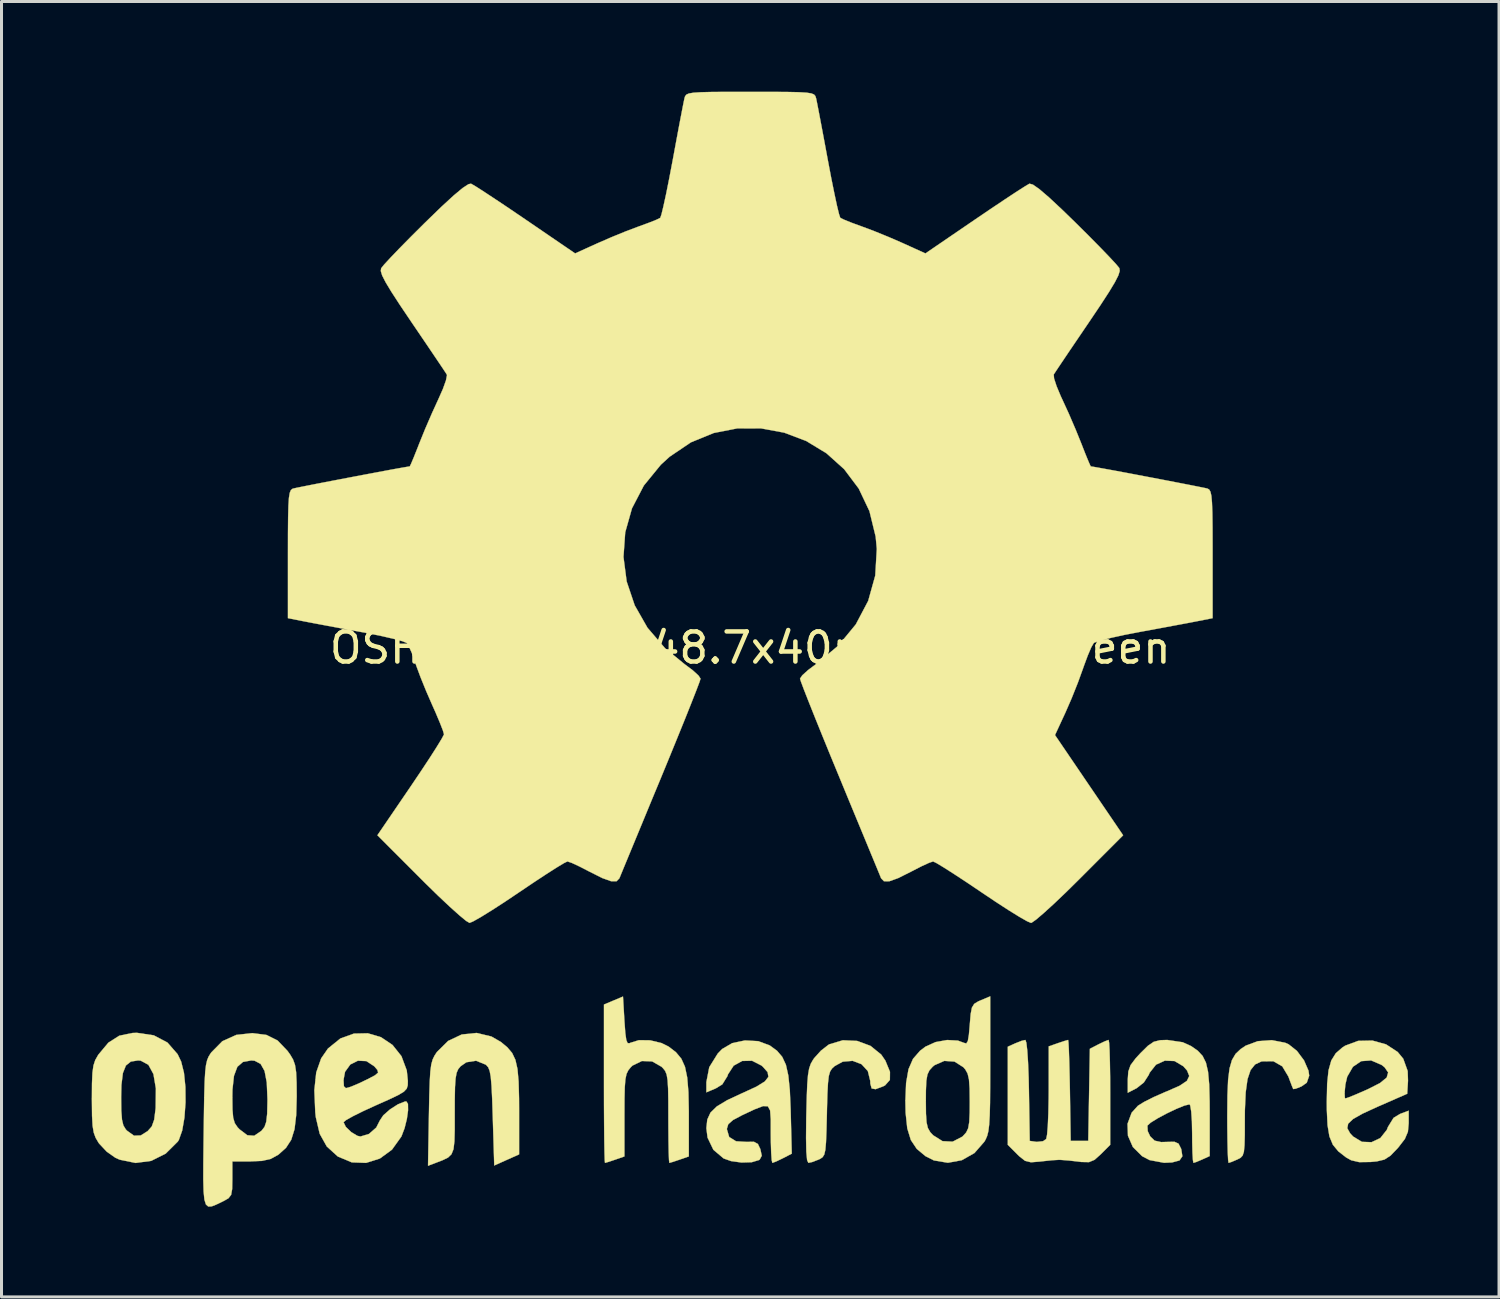
<source format=kicad_pcb>
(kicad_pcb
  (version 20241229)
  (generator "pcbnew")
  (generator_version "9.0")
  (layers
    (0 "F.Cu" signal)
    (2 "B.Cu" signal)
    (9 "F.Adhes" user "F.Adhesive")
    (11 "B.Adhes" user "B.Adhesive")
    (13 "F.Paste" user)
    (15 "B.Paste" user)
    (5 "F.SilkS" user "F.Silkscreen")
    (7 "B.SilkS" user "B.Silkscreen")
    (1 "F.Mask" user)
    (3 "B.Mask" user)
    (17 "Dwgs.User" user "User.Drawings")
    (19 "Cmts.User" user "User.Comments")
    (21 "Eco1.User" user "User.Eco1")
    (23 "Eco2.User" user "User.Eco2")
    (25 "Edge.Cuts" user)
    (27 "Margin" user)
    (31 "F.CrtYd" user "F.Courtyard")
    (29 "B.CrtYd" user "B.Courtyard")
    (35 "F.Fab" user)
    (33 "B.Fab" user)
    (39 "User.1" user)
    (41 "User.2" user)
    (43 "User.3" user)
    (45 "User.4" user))
  (footprint "OSHW-Logo2_48.7x40mm_SilkScreen"
    (layer "F.Cu")
    (at 21.902 18.495)
    (property "Reference" "OSHW-Logo2_48.7x40mm_SilkScreen" (at 0 0 0) (layer "F.SilkS") (effects (font (size 1 1) (thickness 0.15))))
    (attr board_only exclude_from_pos_files exclude_from_bom allow_missing_courtyard)
    (fp_poly (pts (xy 17.786 13.133) (xy 17.902 13.184) (xy 18.18 13.404) (xy 18.417 13.722) (xy 18.564 14.061) (xy 18.588 14.229) (xy 18.508 14.462) (xy 18.332 14.586) (xy 18.143 14.661) (xy 18.057 14.674) (xy 18.015 14.574) (xy 17.932 14.357) (xy 17.896 14.258) (xy 17.692 13.918) (xy 17.396 13.748) (xy 17.017 13.753) (xy 16.989 13.76) (xy 16.787 13.856) (xy 16.638 14.043) (xy 16.537 14.344) (xy 16.476 14.782) (xy 16.449 15.38) (xy 16.447 15.698) (xy 16.446 16.2) (xy 16.437 16.542) (xy 16.416 16.759) (xy 16.374 16.886) (xy 16.306 16.959) (xy 16.205 17.012) (xy 16.199 17.015) (xy 16.004 17.098) (xy 15.907 17.128) (xy 15.892 17.036) (xy 15.879 16.782) (xy 15.87 16.398) (xy 15.864 15.918) (xy 15.863 15.566) (xy 15.869 14.885) (xy 15.891 14.369) (xy 15.939 13.987) (xy 16.019 13.709) (xy 16.139 13.504) (xy 16.309 13.343) (xy 16.476 13.231) (xy 16.878 13.082) (xy 17.345 13.048) (xy 17.786 13.133)) (stroke (width 0.01) (type solid)) (fill yes) (layer "F.SilkS"))
    (fp_poly (pts (xy -8.609 12.926) (xy -8.296 13.106) (xy -8.079 13.286) (xy -7.92 13.474) (xy -7.811 13.703) (xy -7.742 14.008) (xy -7.705 14.422) (xy -7.69 14.977) (xy -7.688 15.376) (xy -7.688 16.846) (xy -8.102 17.031) (xy -8.515 17.216) (xy -8.564 15.607) (xy -8.584 15.006) (xy -8.605 14.57) (xy -8.631 14.268) (xy -8.667 14.072) (xy -8.715 13.951) (xy -8.781 13.876) (xy -8.802 13.86) (xy -9.12 13.732) (xy -9.443 13.783) (xy -9.634 13.916) (xy -9.713 14.011) (xy -9.767 14.136) (xy -9.801 14.324) (xy -9.82 14.611) (xy -9.828 15.032) (xy -9.829 15.47) (xy -9.829 16.02) (xy -9.839 16.409) (xy -9.87 16.672) (xy -9.937 16.841) (xy -10.051 16.952) (xy -10.227 17.038) (xy -10.461 17.128) (xy -10.717 17.225) (xy -10.687 15.498) (xy -10.675 14.875) (xy -10.66 14.415) (xy -10.64 14.085) (xy -10.609 13.854) (xy -10.563 13.689) (xy -10.499 13.558) (xy -10.422 13.442) (xy -10.049 13.073) (xy -9.595 12.859) (xy -9.101 12.808) (xy -8.609 12.926)) (stroke (width 0.01) (type solid)) (fill yes) (layer "F.SilkS"))
    (fp_poly (pts (xy 3.553 13.073) (xy 3.995 13.236) (xy 4.353 13.525) (xy 4.493 13.728) (xy 4.646 14.101) (xy 4.643 14.37) (xy 4.483 14.551) (xy 4.423 14.582) (xy 4.167 14.678) (xy 4.037 14.654) (xy 3.992 14.492) (xy 3.99 14.403) (xy 3.909 14.075) (xy 3.698 13.846) (xy 3.404 13.735) (xy 3.076 13.763) (xy 2.809 13.908) (xy 2.719 13.99) (xy 2.655 14.09) (xy 2.611 14.242) (xy 2.584 14.478) (xy 2.565 14.833) (xy 2.551 15.34) (xy 2.548 15.501) (xy 2.534 16.05) (xy 2.519 16.437) (xy 2.497 16.693) (xy 2.461 16.85) (xy 2.406 16.939) (xy 2.326 16.994) (xy 2.275 17.018) (xy 2.059 17.101) (xy 1.932 17.128) (xy 1.89 17.037) (xy 1.864 16.762) (xy 1.855 16.3) (xy 1.861 15.647) (xy 1.863 15.547) (xy 1.878 14.951) (xy 1.895 14.516) (xy 1.92 14.208) (xy 1.957 13.993) (xy 2.01 13.836) (xy 2.085 13.704) (xy 2.124 13.647) (xy 2.349 13.397) (xy 2.6 13.202) (xy 2.63 13.185) (xy 3.08 13.051) (xy 3.553 13.073)) (stroke (width 0.01) (type solid)) (fill yes) (layer "F.SilkS"))
    (fp_poly (pts (xy 11.934 13.133) (xy 11.949 13.389) (xy 11.96 13.778) (xy 11.968 14.269) (xy 11.97 14.785) (xy 11.97 16.529) (xy 11.662 16.837) (xy 11.45 17.027) (xy 11.264 17.104) (xy 11.009 17.099) (xy 10.908 17.086) (xy 10.592 17.05) (xy 10.331 17.03) (xy 10.267 17.028) (xy 10.052 17.04) (xy 9.745 17.072) (xy 9.626 17.086) (xy 9.334 17.109) (xy 9.137 17.06) (xy 8.942 16.906) (xy 8.872 16.837) (xy 8.564 16.529) (xy 8.564 13.266) (xy 8.812 13.154) (xy 9.025 13.07) (xy 9.15 13.041) (xy 9.182 13.133) (xy 9.212 13.392) (xy 9.238 13.788) (xy 9.258 14.293) (xy 9.267 14.719) (xy 9.294 16.398) (xy 9.526 16.431) (xy 9.737 16.408) (xy 9.841 16.334) (xy 9.87 16.195) (xy 9.895 15.898) (xy 9.913 15.483) (xy 9.923 14.985) (xy 9.925 14.729) (xy 9.926 13.254) (xy 10.233 13.147) (xy 10.45 13.075) (xy 10.568 13.041) (xy 10.571 13.041) (xy 10.583 13.133) (xy 10.596 13.388) (xy 10.609 13.775) (xy 10.621 14.263) (xy 10.63 14.719) (xy 10.656 16.398) (xy 11.24 16.398) (xy 11.267 14.867) (xy 11.294 13.335) (xy 11.578 13.188) (xy 11.789 13.087) (xy 11.913 13.041) (xy 11.917 13.041) (xy 11.934 13.133)) (stroke (width 0.01) (type solid)) (fill yes) (layer "F.SilkS"))
    (fp_poly (pts (xy -4.185 12.413) (xy -4.156 12.811) (xy -4.123 13.045) (xy -4.078 13.147) (xy -4.012 13.149) (xy -3.99 13.136) (xy -3.704 13.048) (xy -3.331 13.053) (xy -2.952 13.144) (xy -2.715 13.262) (xy -2.472 13.449) (xy -2.294 13.662) (xy -2.172 13.932) (xy -2.097 14.292) (xy -2.057 14.775) (xy -2.044 15.414) (xy -2.044 15.537) (xy -2.044 16.914) (xy -2.35 17.021) (xy -2.568 17.094) (xy -2.687 17.128) (xy -2.691 17.128) (xy -2.703 17.036) (xy -2.713 16.783) (xy -2.72 16.402) (xy -2.724 15.926) (xy -2.725 15.637) (xy -2.726 15.066) (xy -2.733 14.657) (xy -2.75 14.377) (xy -2.781 14.192) (xy -2.831 14.07) (xy -2.905 13.978) (xy -2.95 13.933) (xy -3.264 13.754) (xy -3.605 13.741) (xy -3.916 13.892) (xy -3.973 13.947) (xy -4.057 14.05) (xy -4.116 14.172) (xy -4.153 14.348) (xy -4.174 14.614) (xy -4.183 15.005) (xy -4.185 15.543) (xy -4.185 16.914) (xy -4.491 17.021) (xy -4.709 17.094) (xy -4.828 17.128) (xy -4.832 17.128) (xy -4.841 17.035) (xy -4.849 16.772) (xy -4.856 16.365) (xy -4.861 15.838) (xy -4.865 15.217) (xy -4.866 14.526) (xy -4.866 14.496) (xy -4.866 11.863) (xy -4.55 11.73) (xy -4.233 11.597) (xy -4.185 12.413)) (stroke (width 0.01) (type solid)) (fill yes) (layer "F.SilkS"))
    (fp_poly (pts (xy -19.839 12.887) (xy -19.383 13.127) (xy -19.046 13.513) (xy -18.927 13.761) (xy -18.834 14.133) (xy -18.786 14.604) (xy -18.782 15.118) (xy -18.818 15.62) (xy -18.893 16.054) (xy -19.004 16.366) (xy -19.038 16.42) (xy -19.442 16.821) (xy -19.922 17.061) (xy -20.443 17.131) (xy -20.97 17.023) (xy -21.116 16.958) (xy -21.401 16.757) (xy -21.652 16.49) (xy -21.676 16.457) (xy -21.772 16.294) (xy -21.835 16.12) (xy -21.873 15.891) (xy -21.891 15.563) (xy -21.896 15.092) (xy -21.897 14.987) (xy -21.896 14.953) (xy -20.923 14.953) (xy -20.918 15.398) (xy -20.895 15.692) (xy -20.849 15.883) (xy -20.769 16.014) (xy -20.729 16.057) (xy -20.496 16.224) (xy -20.27 16.216) (xy -20.041 16.072) (xy -19.905 15.918) (xy -19.824 15.693) (xy -19.779 15.338) (xy -19.776 15.297) (xy -19.768 14.654) (xy -19.849 14.176) (xy -20.017 13.867) (xy -20.272 13.729) (xy -20.363 13.722) (xy -20.602 13.76) (xy -20.765 13.891) (xy -20.865 14.141) (xy -20.914 14.537) (xy -20.923 14.953) (xy -21.896 14.953) (xy -21.893 14.486) (xy -21.878 14.135) (xy -21.844 13.892) (xy -21.786 13.714) (xy -21.697 13.556) (xy -21.678 13.526) (xy -21.347 13.13) (xy -20.986 12.9) (xy -20.547 12.809) (xy -20.398 12.804) (xy -19.839 12.887)) (stroke (width 0.01) (type solid)) (fill yes) (layer "F.SilkS"))
    (fp_poly (pts (xy 21.145 13.188) (xy 21.53 13.44) (xy 21.716 13.665) (xy 21.863 14.074) (xy 21.874 14.398) (xy 21.848 14.83) (xy 20.85 15.267) (xy 20.365 15.49) (xy 20.048 15.669) (xy 19.884 15.825) (xy 19.855 15.976) (xy 19.947 16.142) (xy 20.048 16.252) (xy 20.341 16.429) (xy 20.661 16.441) (xy 20.954 16.303) (xy 21.17 16.03) (xy 21.208 15.933) (xy 21.393 15.632) (xy 21.605 15.503) (xy 21.897 15.393) (xy 21.897 15.81) (xy 21.871 16.094) (xy 21.77 16.333) (xy 21.558 16.608) (xy 21.527 16.644) (xy 21.292 16.888) (xy 21.089 17.019) (xy 20.837 17.079) (xy 20.627 17.099) (xy 20.252 17.104) (xy 19.985 17.042) (xy 19.818 16.949) (xy 19.556 16.745) (xy 19.375 16.525) (xy 19.26 16.248) (xy 19.198 15.874) (xy 19.174 15.363) (xy 19.172 15.104) (xy 19.179 14.793) (xy 19.766 14.793) (xy 19.773 14.96) (xy 19.79 14.987) (xy 19.902 14.95) (xy 20.143 14.852) (xy 20.466 14.712) (xy 20.533 14.682) (xy 20.941 14.475) (xy 21.165 14.293) (xy 21.214 14.122) (xy 21.096 13.95) (xy 20.999 13.873) (xy 20.647 13.721) (xy 20.318 13.746) (xy 20.043 13.932) (xy 19.852 14.263) (xy 19.791 14.525) (xy 19.766 14.793) (xy 19.179 14.793) (xy 19.185 14.498) (xy 19.231 14.05) (xy 19.323 13.723) (xy 19.472 13.483) (xy 19.69 13.293) (xy 19.785 13.231) (xy 20.216 13.071) (xy 20.688 13.061) (xy 21.145 13.188)) (stroke (width 0.01) (type solid)) (fill yes) (layer "F.SilkS"))
    (fp_poly (pts (xy 7.98 13.848) (xy 7.978 14.576) (xy 7.974 15.135) (xy 7.963 15.554) (xy 7.945 15.858) (xy 7.918 16.075) (xy 7.879 16.231) (xy 7.826 16.353) (xy 7.786 16.423) (xy 7.455 16.802) (xy 7.035 17.04) (xy 6.571 17.125) (xy 6.106 17.047) (xy 5.829 16.907) (xy 5.538 16.665) (xy 5.34 16.369) (xy 5.221 15.981) (xy 5.166 15.464) (xy 5.158 15.084) (xy 5.159 15.057) (xy 5.839 15.057) (xy 5.843 15.492) (xy 5.862 15.78) (xy 5.906 15.969) (xy 5.984 16.105) (xy 6.078 16.208) (xy 6.392 16.406) (xy 6.73 16.423) (xy 7.049 16.258) (xy 7.074 16.235) (xy 7.18 16.118) (xy 7.246 15.979) (xy 7.282 15.773) (xy 7.297 15.452) (xy 7.299 15.098) (xy 7.294 14.653) (xy 7.273 14.356) (xy 7.228 14.161) (xy 7.151 14.021) (xy 7.087 13.947) (xy 6.792 13.76) (xy 6.452 13.737) (xy 6.127 13.88) (xy 6.064 13.933) (xy 5.958 14.051) (xy 5.891 14.192) (xy 5.855 14.401) (xy 5.841 14.725) (xy 5.839 15.057) (xy 5.159 15.057) (xy 5.182 14.473) (xy 5.262 14.014) (xy 5.412 13.669) (xy 5.646 13.4) (xy 5.829 13.262) (xy 6.161 13.112) (xy 6.546 13.043) (xy 6.904 13.062) (xy 7.104 13.136) (xy 7.183 13.158) (xy 7.235 13.078) (xy 7.271 12.866) (xy 7.299 12.542) (xy 7.329 12.182) (xy 7.371 11.965) (xy 7.447 11.841) (xy 7.58 11.759) (xy 7.664 11.723) (xy 7.98 11.59) (xy 7.98 13.848)) (stroke (width 0.01) (type solid)) (fill yes) (layer "F.SilkS"))
    (fp_poly (pts (xy -12.281 12.949) (xy -11.898 13.207) (xy -11.601 13.58) (xy -11.424 14.054) (xy -11.388 14.403) (xy -11.392 14.549) (xy -11.426 14.661) (xy -11.52 14.761) (xy -11.703 14.871) (xy -12.005 15.016) (xy -12.454 15.216) (xy -12.457 15.217) (xy -12.871 15.407) (xy -13.21 15.575) (xy -13.441 15.704) (xy -13.527 15.776) (xy -13.527 15.776) (xy -13.451 15.932) (xy -13.273 16.104) (xy -13.069 16.228) (xy -12.965 16.252) (xy -12.682 16.167) (xy -12.439 15.954) (xy -12.32 15.72) (xy -12.206 15.548) (xy -11.982 15.351) (xy -11.719 15.182) (xy -11.487 15.089) (xy -11.439 15.084) (xy -11.384 15.168) (xy -11.381 15.381) (xy -11.421 15.669) (xy -11.497 15.975) (xy -11.6 16.245) (xy -11.605 16.255) (xy -11.916 16.689) (xy -12.319 16.984) (xy -12.777 17.129) (xy -13.251 17.112) (xy -13.706 16.922) (xy -13.727 16.909) (xy -14.084 16.584) (xy -14.32 16.161) (xy -14.45 15.605) (xy -14.467 15.449) (xy -14.498 14.711) (xy -14.461 14.367) (xy -13.527 14.367) (xy -13.515 14.582) (xy -13.449 14.644) (xy -13.283 14.597) (xy -13.022 14.487) (xy -12.731 14.348) (xy -12.724 14.344) (xy -12.477 14.214) (xy -12.377 14.127) (xy -12.402 14.037) (xy -12.505 13.917) (xy -12.767 13.744) (xy -13.049 13.731) (xy -13.302 13.857) (xy -13.477 14.1) (xy -13.527 14.367) (xy -14.461 14.367) (xy -14.435 14.121) (xy -14.271 13.653) (xy -14.044 13.325) (xy -13.634 12.993) (xy -13.182 12.829) (xy -12.72 12.819) (xy -12.281 12.949)) (stroke (width 0.01) (type solid)) (fill yes) (layer "F.SilkS"))
    (fp_poly (pts (xy 0.266 13.081) (xy 0.648 13.223) (xy 0.652 13.226) (xy 0.888 13.399) (xy 1.062 13.602) (xy 1.185 13.866) (xy 1.265 14.224) (xy 1.315 14.708) (xy 1.343 15.351) (xy 1.345 15.442) (xy 1.38 16.822) (xy 1.084 16.975) (xy 0.87 17.078) (xy 0.741 17.127) (xy 0.735 17.128) (xy 0.712 17.038) (xy 0.695 16.793) (xy 0.684 16.437) (xy 0.681 16.148) (xy 0.681 15.681) (xy 0.66 15.387) (xy 0.585 15.247) (xy 0.426 15.24) (xy 0.149 15.346) (xy -0.268 15.541) (xy -0.574 15.703) (xy -0.732 15.843) (xy -0.778 15.996) (xy -0.779 16.004) (xy -0.702 16.268) (xy -0.475 16.41) (xy -0.129 16.431) (xy 0.121 16.427) (xy 0.253 16.499) (xy 0.335 16.672) (xy 0.382 16.892) (xy 0.314 17.017) (xy 0.288 17.035) (xy 0.047 17.107) (xy -0.291 17.117) (xy -0.639 17.069) (xy -0.886 16.982) (xy -1.227 16.693) (xy -1.421 16.289) (xy -1.46 15.974) (xy -1.43 15.69) (xy -1.324 15.458) (xy -1.114 15.252) (xy -0.773 15.046) (xy -0.274 14.813) (xy -0.243 14.8) (xy 0.207 14.592) (xy 0.484 14.421) (xy 0.603 14.268) (xy 0.577 14.112) (xy 0.42 13.933) (xy 0.373 13.892) (xy 0.058 13.732) (xy -0.269 13.739) (xy -0.553 13.896) (xy -0.742 14.186) (xy -0.759 14.242) (xy -0.93 14.518) (xy -1.147 14.651) (xy -1.46 14.783) (xy -1.46 14.442) (xy -1.364 13.947) (xy -1.082 13.493) (xy -0.935 13.341) (xy -0.6 13.146) (xy -0.175 13.057) (xy 0.266 13.081)) (stroke (width 0.01) (type solid)) (fill yes) (layer "F.SilkS"))
    (fp_poly (pts (xy -16.094 12.873) (xy -15.722 13.058) (xy -15.394 13.4) (xy -15.303 13.526) (xy -15.205 13.692) (xy -15.141 13.871) (xy -15.104 14.111) (xy -15.088 14.457) (xy -15.084 14.914) (xy -15.101 15.539) (xy -15.157 16.009) (xy -15.266 16.36) (xy -15.439 16.627) (xy -15.686 16.849) (xy -15.705 16.862) (xy -15.949 16.997) (xy -16.243 17.063) (xy -16.617 17.079) (xy -17.225 17.079) (xy -17.225 17.67) (xy -17.231 17.998) (xy -17.265 18.191) (xy -17.355 18.307) (xy -17.528 18.404) (xy -17.569 18.424) (xy -17.763 18.517) (xy -17.913 18.576) (xy -18.025 18.581) (xy -18.103 18.513) (xy -18.154 18.352) (xy -18.181 18.079) (xy -18.192 17.676) (xy -18.19 17.121) (xy -18.182 16.396) (xy -18.179 16.179) (xy -18.169 15.432) (xy -18.161 14.943) (xy -17.225 14.943) (xy -17.22 15.358) (xy -17.197 15.629) (xy -17.144 15.808) (xy -17.05 15.946) (xy -16.986 16.013) (xy -16.726 16.21) (xy -16.496 16.226) (xy -16.258 16.063) (xy -16.252 16.057) (xy -16.155 15.932) (xy -16.097 15.762) (xy -16.067 15.499) (xy -16.058 15.098) (xy -16.057 15.009) (xy -16.08 14.455) (xy -16.153 14.072) (xy -16.284 13.838) (xy -16.483 13.732) (xy -16.598 13.722) (xy -16.871 13.772) (xy -17.059 13.935) (xy -17.171 14.235) (xy -17.221 14.691) (xy -17.225 14.943) (xy -18.161 14.943) (xy -18.159 14.853) (xy -18.146 14.418) (xy -18.127 14.1) (xy -18.101 13.875) (xy -18.064 13.715) (xy -18.015 13.596) (xy -17.951 13.492) (xy -17.923 13.453) (xy -17.558 13.083) (xy -17.095 12.873) (xy -16.561 12.814) (xy -16.094 12.873)) (stroke (width 0.01) (type solid)) (fill yes) (layer "F.SilkS"))
    (fp_poly (pts (xy 14.381 13.117) (xy 14.662 13.245) (xy 14.882 13.399) (xy 15.043 13.572) (xy 15.154 13.795) (xy 15.224 14.099) (xy 15.262 14.518) (xy 15.277 15.082) (xy 15.279 15.453) (xy 15.279 16.902) (xy 15.031 17.015) (xy 14.836 17.098) (xy 14.739 17.128) (xy 14.721 17.038) (xy 14.706 16.794) (xy 14.697 16.438) (xy 14.695 16.155) (xy 14.687 15.746) (xy 14.665 15.422) (xy 14.632 15.224) (xy 14.607 15.182) (xy 14.434 15.225) (xy 14.164 15.335) (xy 13.85 15.485) (xy 13.55 15.646) (xy 13.317 15.79) (xy 13.209 15.889) (xy 13.208 15.89) (xy 13.218 16.073) (xy 13.301 16.248) (xy 13.448 16.39) (xy 13.663 16.437) (xy 13.846 16.432) (xy 14.106 16.427) (xy 14.242 16.488) (xy 14.324 16.649) (xy 14.335 16.679) (xy 14.37 16.909) (xy 14.275 17.048) (xy 14.028 17.114) (xy 13.761 17.126) (xy 13.28 17.036) (xy 13.031 16.906) (xy 12.723 16.6) (xy 12.56 16.226) (xy 12.546 15.83) (xy 12.683 15.461) (xy 12.891 15.23) (xy 13.098 15.101) (xy 13.423 14.937) (xy 13.802 14.771) (xy 13.865 14.746) (xy 14.282 14.562) (xy 14.522 14.4) (xy 14.599 14.239) (xy 14.527 14.058) (xy 14.403 13.916) (xy 14.11 13.742) (xy 13.788 13.729) (xy 13.493 13.863) (xy 13.281 14.131) (xy 13.253 14.2) (xy 13.09 14.454) (xy 12.853 14.643) (xy 12.554 14.797) (xy 12.554 14.359) (xy 12.572 14.091) (xy 12.647 13.879) (xy 12.815 13.654) (xy 12.975 13.48) (xy 13.225 13.234) (xy 13.419 13.102) (xy 13.628 13.049) (xy 13.864 13.041) (xy 14.381 13.117)) (stroke (width 0.01) (type solid)) (fill yes) (layer "F.SilkS"))
    (fp_poly (pts (xy 0.697 -18.49) (xy 1.223 -18.487) (xy 1.604 -18.479) (xy 1.865 -18.464) (xy 2.029 -18.439) (xy 2.121 -18.402) (xy 2.165 -18.35) (xy 2.187 -18.28) (xy 2.19 -18.271) (xy 2.223 -18.11) (xy 2.285 -17.79) (xy 2.369 -17.348) (xy 2.469 -16.815) (xy 2.578 -16.227) (xy 2.582 -16.207) (xy 2.691 -15.631) (xy 2.794 -15.122) (xy 2.882 -14.71) (xy 2.951 -14.427) (xy 2.992 -14.303) (xy 2.994 -14.3) (xy 3.116 -14.24) (xy 3.369 -14.138) (xy 3.696 -14.018) (xy 3.698 -14.018) (xy 4.111 -13.863) (xy 4.597 -13.665) (xy 5.056 -13.466) (xy 5.078 -13.456) (xy 5.825 -13.117) (xy 7.479 -14.247) (xy 7.986 -14.591) (xy 8.446 -14.899) (xy 8.831 -15.153) (xy 9.115 -15.335) (xy 9.272 -15.429) (xy 9.287 -15.436) (xy 9.4 -15.405) (xy 9.613 -15.256) (xy 9.932 -14.983) (xy 10.367 -14.577) (xy 10.811 -14.146) (xy 11.239 -13.721) (xy 11.622 -13.333) (xy 11.937 -13.006) (xy 12.161 -12.765) (xy 12.271 -12.632) (xy 12.275 -12.625) (xy 12.287 -12.534) (xy 12.241 -12.386) (xy 12.126 -12.16) (xy 11.931 -11.836) (xy 11.644 -11.394) (xy 11.261 -10.825) (xy 10.921 -10.324) (xy 10.617 -9.876) (xy 10.367 -9.504) (xy 10.188 -9.237) (xy 10.098 -9.099) (xy 10.092 -9.09) (xy 10.103 -8.958) (xy 10.187 -8.701) (xy 10.326 -8.369) (xy 10.376 -8.262) (xy 10.593 -7.789) (xy 10.824 -7.252) (xy 11.012 -6.788) (xy 11.147 -6.443) (xy 11.255 -6.181) (xy 11.317 -6.044) (xy 11.325 -6.034) (xy 11.439 -6.016) (xy 11.709 -5.968) (xy 12.098 -5.897) (xy 12.57 -5.809) (xy 13.09 -5.71) (xy 13.622 -5.609) (xy 14.13 -5.511) (xy 14.578 -5.424) (xy 14.931 -5.354) (xy 15.152 -5.309) (xy 15.206 -5.296) (xy 15.262 -5.264) (xy 15.304 -5.192) (xy 15.335 -5.055) (xy 15.355 -4.829) (xy 15.368 -4.491) (xy 15.374 -4.014) (xy 15.376 -3.376) (xy 15.376 -3.115) (xy 15.376 -0.987) (xy 14.865 -0.886) (xy 14.581 -0.831) (xy 14.157 -0.752) (xy 13.644 -0.656) (xy 13.095 -0.555) (xy 12.943 -0.527) (xy 12.436 -0.429) (xy 11.995 -0.332) (xy 11.656 -0.246) (xy 11.456 -0.179) (xy 11.423 -0.159) (xy 11.341 -0.018) (xy 11.224 0.255) (xy 11.094 0.606) (xy 11.068 0.681) (xy 10.898 1.15) (xy 10.687 1.679) (xy 10.48 2.154) (xy 10.479 2.156) (xy 10.134 2.901) (xy 11.267 4.568) (xy 12.4 6.234) (xy 10.945 7.691) (xy 10.505 8.125) (xy 10.104 8.507) (xy 9.764 8.817) (xy 9.508 9.036) (xy 9.358 9.141) (xy 9.336 9.148) (xy 9.21 9.095) (xy 8.952 8.948) (xy 8.591 8.725) (xy 8.155 8.442) (xy 7.684 8.126) (xy 7.205 7.803) (xy 6.778 7.523) (xy 6.43 7.301) (xy 6.189 7.156) (xy 6.081 7.104) (xy 5.949 7.148) (xy 5.698 7.263) (xy 5.382 7.425) (xy 5.348 7.443) (xy 4.921 7.657) (xy 4.629 7.762) (xy 4.447 7.763) (xy 4.352 7.665) (xy 4.351 7.664) (xy 4.304 7.548) (xy 4.191 7.274) (xy 4.021 6.863) (xy 3.803 6.335) (xy 3.545 5.712) (xy 3.257 5.016) (xy 2.979 4.341) (xy 2.672 3.597) (xy 2.391 2.908) (xy 2.143 2.295) (xy 1.937 1.778) (xy 1.781 1.38) (xy 1.684 1.121) (xy 1.654 1.025) (xy 1.729 0.914) (xy 1.925 0.737) (xy 2.186 0.542) (xy 2.928 -0.073) (xy 3.509 -0.779) (xy 3.921 -1.56) (xy 4.156 -2.402) (xy 4.208 -3.289) (xy 4.17 -3.698) (xy 3.963 -4.547) (xy 3.607 -5.297) (xy 3.123 -5.941) (xy 2.534 -6.47) (xy 1.862 -6.878) (xy 1.129 -7.156) (xy 0.356 -7.299) (xy -0.433 -7.298) (xy -1.216 -7.145) (xy -1.973 -6.835) (xy -2.68 -6.358) (xy -2.975 -6.089) (xy -3.54 -5.397) (xy -3.934 -4.64) (xy -4.159 -3.842) (xy -4.217 -3.023) (xy -4.111 -2.207) (xy -3.844 -1.414) (xy -3.418 -0.667) (xy -2.836 0.011) (xy -2.186 0.542) (xy -1.915 0.745) (xy -1.723 0.92) (xy -1.654 1.025) (xy -1.69 1.139) (xy -1.793 1.411) (xy -1.954 1.821) (xy -2.164 2.348) (xy -2.416 2.969) (xy -2.7 3.664) (xy -2.979 4.342) (xy -3.288 5.086) (xy -3.573 5.777) (xy -3.827 6.391) (xy -4.041 6.908) (xy -4.206 7.307) (xy -4.313 7.567) (xy -4.352 7.664) (xy -4.446 7.762) (xy -4.627 7.762) (xy -4.919 7.658) (xy -5.345 7.444) (xy -5.348 7.443) (xy -5.669 7.277) (xy -5.928 7.156) (xy -6.074 7.105) (xy -6.081 7.104) (xy -6.191 7.157) (xy -6.434 7.303) (xy -6.782 7.525) (xy -7.21 7.807) (xy -7.684 8.126) (xy -8.166 8.45) (xy -8.601 8.731) (xy -8.96 8.953) (xy -9.215 9.097) (xy -9.336 9.148) (xy -9.449 9.082) (xy -9.674 8.896) (xy -9.99 8.613) (xy -10.375 8.251) (xy -10.805 7.831) (xy -10.946 7.69) (xy -12.401 6.233) (xy -11.293 4.608) (xy -10.957 4.109) (xy -10.661 3.661) (xy -10.424 3.29) (xy -10.261 3.022) (xy -10.188 2.883) (xy -10.186 2.874) (xy -10.224 2.743) (xy -10.327 2.48) (xy -10.476 2.128) (xy -10.581 1.893) (xy -10.777 1.443) (xy -10.962 0.988) (xy -11.105 0.604) (xy -11.144 0.487) (xy -11.255 0.174) (xy -11.363 -0.068) (xy -11.422 -0.159) (xy -11.553 -0.215) (xy -11.839 -0.294) (xy -12.242 -0.388) (xy -12.727 -0.487) (xy -12.943 -0.527) (xy -13.494 -0.628) (xy -14.021 -0.726) (xy -14.475 -0.811) (xy -14.804 -0.874) (xy -14.865 -0.886) (xy -15.376 -0.987) (xy -15.376 -3.115) (xy -15.375 -3.814) (xy -15.37 -4.343) (xy -15.36 -4.727) (xy -15.343 -4.989) (xy -15.316 -5.153) (xy -15.278 -5.245) (xy -15.227 -5.288) (xy -15.206 -5.296) (xy -15.08 -5.324) (xy -14.801 -5.38) (xy -14.405 -5.458) (xy -13.928 -5.55) (xy -13.406 -5.65) (xy -12.874 -5.751) (xy -12.369 -5.846) (xy -11.927 -5.929) (xy -11.582 -5.991) (xy -11.372 -6.027) (xy -11.325 -6.034) (xy -11.283 -6.118) (xy -11.189 -6.341) (xy -11.061 -6.662) (xy -11.012 -6.788) (xy -10.815 -7.274) (xy -10.583 -7.81) (xy -10.376 -8.262) (xy -10.223 -8.608) (xy -10.121 -8.892) (xy -10.087 -9.066) (xy -10.093 -9.09) (xy -10.164 -9.2) (xy -10.328 -9.445) (xy -10.566 -9.798) (xy -10.861 -10.234) (xy -11.196 -10.727) (xy -11.262 -10.824) (xy -11.65 -11.4) (xy -11.935 -11.839) (xy -12.129 -12.161) (xy -12.243 -12.385) (xy -12.288 -12.533) (xy -12.276 -12.624) (xy -12.275 -12.625) (xy -12.179 -12.744) (xy -11.966 -12.975) (xy -11.66 -13.294) (xy -11.283 -13.677) (xy -10.859 -14.099) (xy -10.811 -14.146) (xy -10.277 -14.664) (xy -9.864 -15.044) (xy -9.565 -15.293) (xy -9.372 -15.419) (xy -9.287 -15.436) (xy -9.162 -15.365) (xy -8.904 -15.201) (xy -8.54 -14.961) (xy -8.094 -14.664) (xy -7.595 -14.326) (xy -7.479 -14.247) (xy -5.825 -13.117) (xy -5.078 -13.456) (xy -4.623 -13.654) (xy -4.136 -13.853) (xy -3.717 -14.011) (xy -3.698 -14.018) (xy -3.37 -14.138) (xy -3.117 -14.239) (xy -2.994 -14.3) (xy -2.994 -14.3) (xy -2.955 -14.411) (xy -2.889 -14.682) (xy -2.801 -15.085) (xy -2.7 -15.587) (xy -2.591 -16.159) (xy -2.582 -16.207) (xy -2.473 -16.796) (xy -2.373 -17.331) (xy -2.288 -17.777) (xy -2.225 -18.101) (xy -2.19 -18.269) (xy -2.19 -18.271) (xy -2.168 -18.343) (xy -2.127 -18.397) (xy -2.042 -18.436) (xy -1.887 -18.462) (xy -1.639 -18.478) (xy -1.273 -18.487) (xy -0.764 -18.49) (xy -0.088 -18.49) (xy 0 -18.49) (xy 0.697 -18.49)) (stroke (width 0.01) (type solid)) (fill yes) (layer "F.SilkS")))
  (gr_rect
    (start -3 -3)
    (end 46.803 40.081)
    (stroke (width 0.1) (type default))
    (fill no)
    (layer "Edge.Cuts")))
</source>
